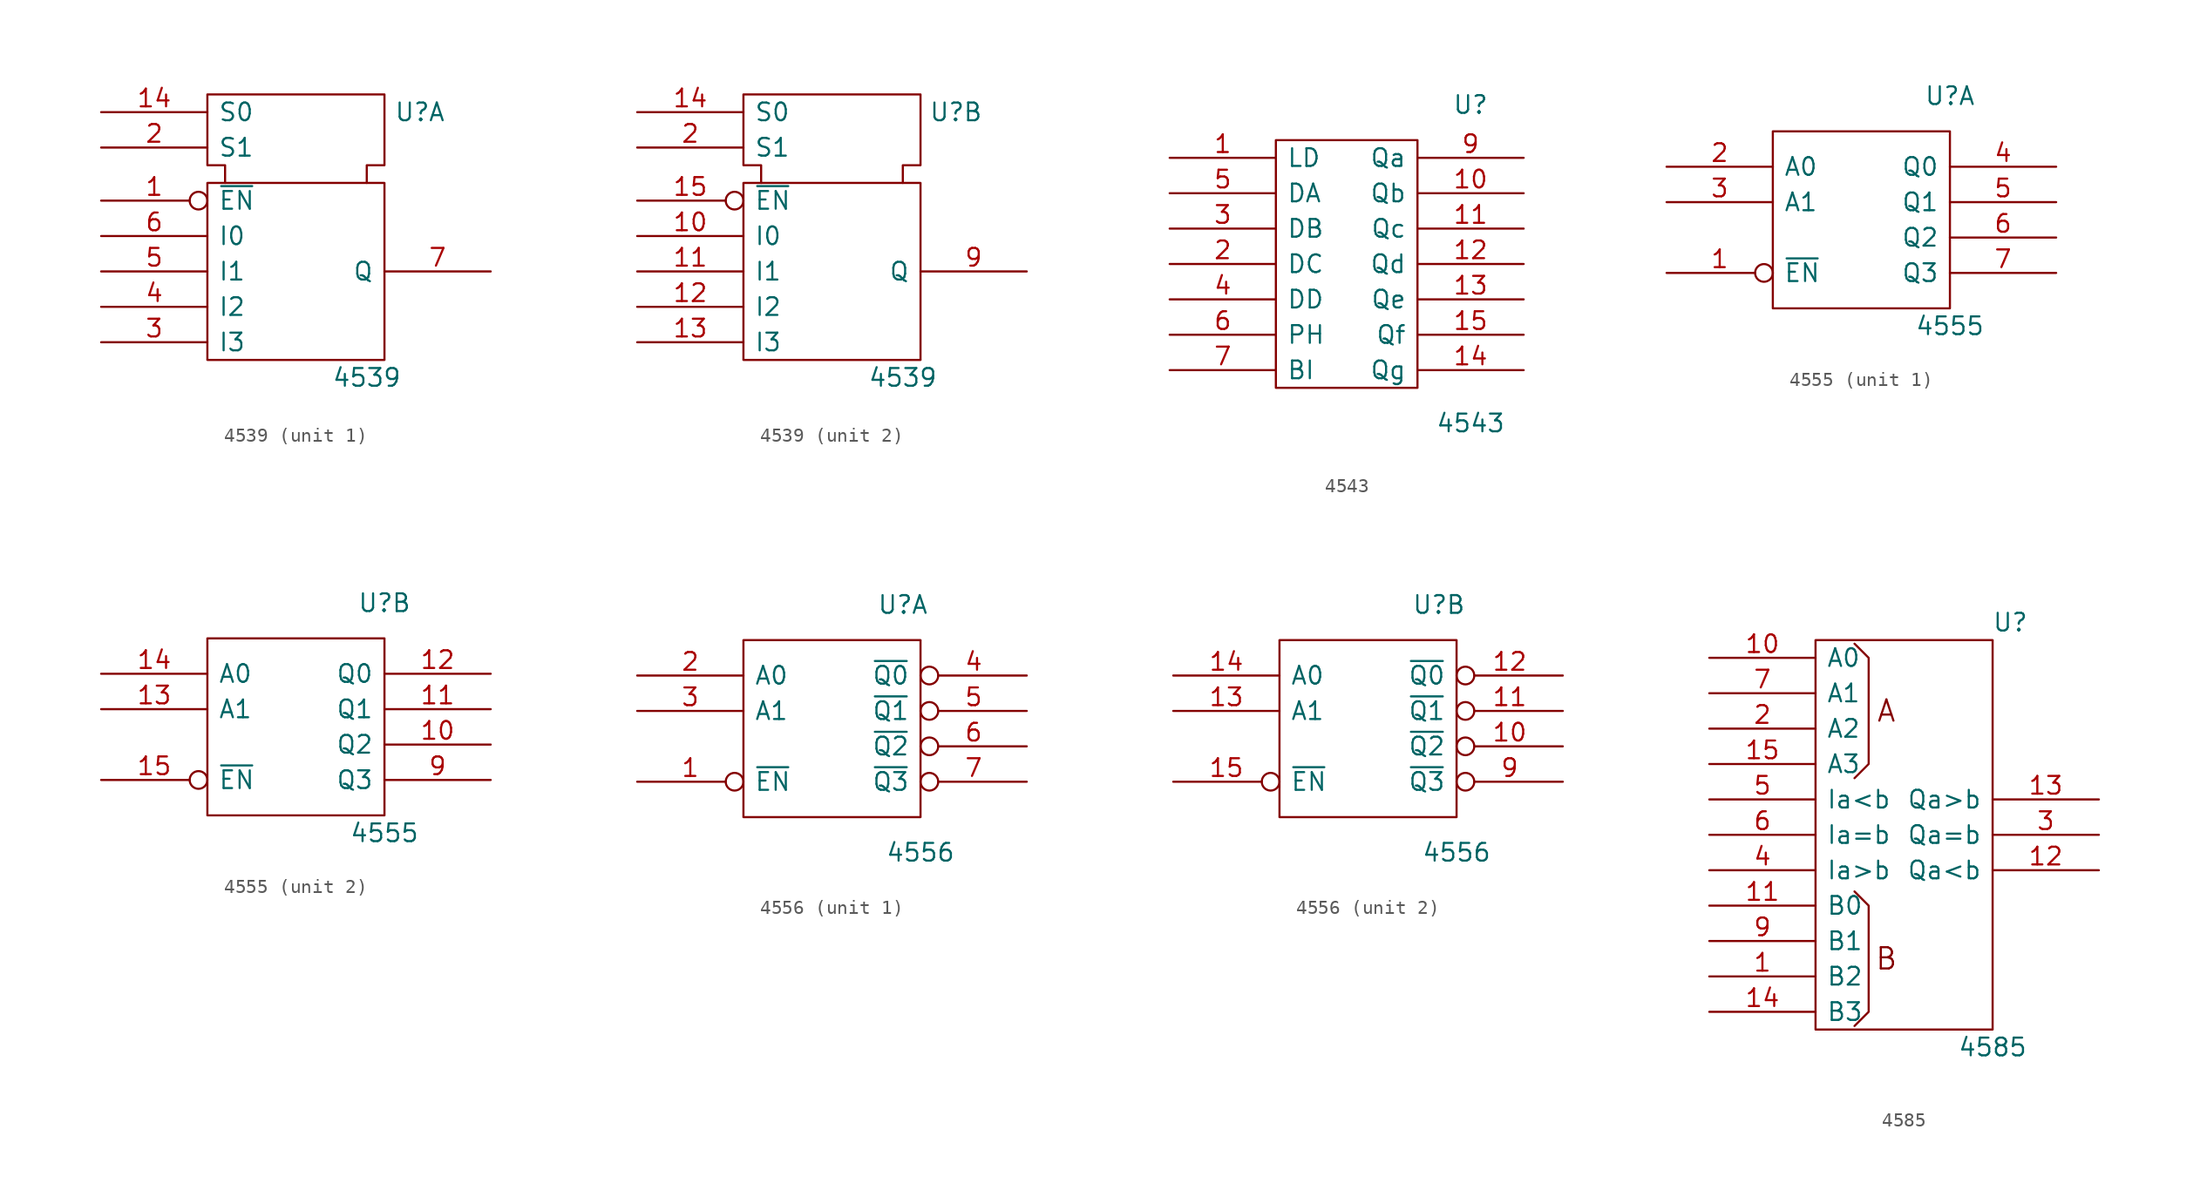
<source format=kicad_sym>
(kicad_symbol_lib
  (version 20201005)
  (generator kicad_symbol_editor)
  (symbol "4xxx_IEEE:4539"
    (pin_names
      (offset 0.762))
    (property "Reference" "U"
      (at 8.89 10.16 0)
      (effects (font (size 1.27 1.27))))
    (property "Value" "4539"
      (at 5.08 -8.89 0)
      (effects (font (size 1.27 1.27))))
    (symbol "4539_0_1"
      (rectangle (start -6.35 5.08) (end 6.35 -7.62) (stroke (width 0)) (fill (type none)))
      (polyline (pts (xy -5.08 5.08) (xy -5.08 6.35) (xy -6.35 6.35) (xy -6.35 11.43) (xy 6.35 11.43) (xy 6.35 6.35) (xy 5.08 6.35) (xy 5.08 5.08) (xy 5.08 5.08)) (stroke (width 0)) (fill (type none)))
      (pin input line (at -13.97 10.16 0) (length 7.62) (name "S0" (effects (font (size 1.27 1.27)))) (number "14" (effects (font (size 1.27 1.27)))))
      (pin power_in line (at 3.81 11.43 270) (length 0) hide (name "Vdd" (effects (font (size 1.27 1.27)))) (number "16" (effects (font (size 1.27 1.27)))))
      (pin input line (at -13.97 7.62 0) (length 7.62) (name "S1" (effects (font (size 1.27 1.27)))) (number "2" (effects (font (size 1.27 1.27)))))
      (pin power_in line (at 0 11.43 270) (length 0) hide (name "Vss" (effects (font (size 1.27 1.27)))) (number "8" (effects (font (size 1.27 1.27))))))
    (symbol "4539_1_1"
      (pin input inverted (at -13.97 3.81 0) (length 7.62) (name "~EN" (effects (font (size 1.27 1.27)))) (number "1" (effects (font (size 1.27 1.27)))))
      (pin input line (at -13.97 -6.35 0) (length 7.62) (name "I3" (effects (font (size 1.27 1.27)))) (number "3" (effects (font (size 1.27 1.27)))))
      (pin input line (at -13.97 -3.81 0) (length 7.62) (name "I2" (effects (font (size 1.27 1.27)))) (number "4" (effects (font (size 1.27 1.27)))))
      (pin input line (at -13.97 -1.27 0) (length 7.62) (name "I1" (effects (font (size 1.27 1.27)))) (number "5" (effects (font (size 1.27 1.27)))))
      (pin input line (at -13.97 1.27 0) (length 7.62) (name "I0" (effects (font (size 1.27 1.27)))) (number "6" (effects (font (size 1.27 1.27)))))
      (pin output line (at 13.97 -1.27 180) (length 7.62) (name "Q" (effects (font (size 1.27 1.27)))) (number "7" (effects (font (size 1.27 1.27))))))
    (symbol "4539_2_1"
      (pin input line (at -13.97 1.27 0) (length 7.62) (name "I0" (effects (font (size 1.27 1.27)))) (number "10" (effects (font (size 1.27 1.27)))))
      (pin input line (at -13.97 -1.27 0) (length 7.62) (name "I1" (effects (font (size 1.27 1.27)))) (number "11" (effects (font (size 1.27 1.27)))))
      (pin input line (at -13.97 -3.81 0) (length 7.62) (name "I2" (effects (font (size 1.27 1.27)))) (number "12" (effects (font (size 1.27 1.27)))))
      (pin input line (at -13.97 -6.35 0) (length 7.62) (name "I3" (effects (font (size 1.27 1.27)))) (number "13" (effects (font (size 1.27 1.27)))))
      (pin input inverted (at -13.97 3.81 0) (length 7.62) (name "~EN" (effects (font (size 1.27 1.27)))) (number "15" (effects (font (size 1.27 1.27)))))
      (pin output line (at 13.97 -1.27 180) (length 7.62) (name "Q" (effects (font (size 1.27 1.27)))) (number "9" (effects (font (size 1.27 1.27)))))))
  (symbol "4xxx_IEEE:4543"
    (pin_names
      (offset 0.762))
    (property "Reference" "U"
      (at 8.89 11.43 0)
      (effects (font (size 1.27 1.27))))
    (property "Value" "4543"
      (at 8.89 -11.43 0)
      (effects (font (size 1.27 1.27))))
    (symbol "4543_0_1"
      (rectangle (start -5.08 8.89) (end 5.08 -8.89) (stroke (width 0)) (fill (type none))))
    (symbol "4543_1_1"
      (pin input line (at -12.7 7.62 0) (length 7.62) (name "LD" (effects (font (size 1.27 1.27)))) (number "1" (effects (font (size 1.27 1.27)))))
      (pin output line (at 12.7 5.08 180) (length 7.62) (name "Qb" (effects (font (size 1.27 1.27)))) (number "10" (effects (font (size 1.27 1.27)))))
      (pin output line (at 12.7 2.54 180) (length 7.62) (name "Qc" (effects (font (size 1.27 1.27)))) (number "11" (effects (font (size 1.27 1.27)))))
      (pin output line (at 12.7 0 180) (length 7.62) (name "Qd" (effects (font (size 1.27 1.27)))) (number "12" (effects (font (size 1.27 1.27)))))
      (pin output line (at 12.7 -2.54 180) (length 7.62) (name "Qe" (effects (font (size 1.27 1.27)))) (number "13" (effects (font (size 1.27 1.27)))))
      (pin output line (at 12.7 -7.62 180) (length 7.62) (name "Qg" (effects (font (size 1.27 1.27)))) (number "14" (effects (font (size 1.27 1.27)))))
      (pin output line (at 12.7 -5.08 180) (length 7.62) (name "Qf" (effects (font (size 1.27 1.27)))) (number "15" (effects (font (size 1.27 1.27)))))
      (pin power_in line (at 0 8.89 270) (length 0) hide (name "Vdd" (effects (font (size 1.27 1.27)))) (number "16" (effects (font (size 1.27 1.27)))))
      (pin input line (at -12.7 0 0) (length 7.62) (name "DC" (effects (font (size 1.27 1.27)))) (number "2" (effects (font (size 1.27 1.27)))))
      (pin input line (at -12.7 2.54 0) (length 7.62) (name "DB" (effects (font (size 1.27 1.27)))) (number "3" (effects (font (size 1.27 1.27)))))
      (pin input line (at -12.7 -2.54 0) (length 7.62) (name "DD" (effects (font (size 1.27 1.27)))) (number "4" (effects (font (size 1.27 1.27)))))
      (pin input line (at -12.7 5.08 0) (length 7.62) (name "DA" (effects (font (size 1.27 1.27)))) (number "5" (effects (font (size 1.27 1.27)))))
      (pin input line (at -12.7 -5.08 0) (length 7.62) (name "PH" (effects (font (size 1.27 1.27)))) (number "6" (effects (font (size 1.27 1.27)))))
      (pin input line (at -12.7 -7.62 0) (length 7.62) (name "BI" (effects (font (size 1.27 1.27)))) (number "7" (effects (font (size 1.27 1.27)))))
      (pin power_in line (at 0 -8.89 90) (length 0) hide (name "Vss" (effects (font (size 1.27 1.27)))) (number "8" (effects (font (size 1.27 1.27)))))
      (pin output line (at 12.7 7.62 180) (length 7.62) (name "Qa" (effects (font (size 1.27 1.27)))) (number "9" (effects (font (size 1.27 1.27)))))))
  (symbol "4xxx_IEEE:4555"
    (pin_names
      (offset 0.762))
    (property "Reference" "U"
      (at 6.35 8.89 0)
      (effects (font (size 1.27 1.27))))
    (property "Value" "4555"
      (at 6.35 -7.62 0)
      (effects (font (size 1.27 1.27))))
    (symbol "4555_0_1"
      (rectangle (start -6.35 6.35) (end 6.35 -6.35) (stroke (width 0)) (fill (type none)))
      (pin power_in line (at 0 6.35 270) (length 0) hide (name "Vdd" (effects (font (size 1.27 1.27)))) (number "16" (effects (font (size 1.27 1.27)))))
      (pin power_in line (at 0 -6.35 90) (length 0) hide (name "Vss" (effects (font (size 1.27 1.27)))) (number "8" (effects (font (size 1.27 1.27))))))
    (symbol "4555_1_1"
      (pin input inverted (at -13.97 -3.81 0) (length 7.62) (name "~EN" (effects (font (size 1.27 1.27)))) (number "1" (effects (font (size 1.27 1.27)))))
      (pin input line (at -13.97 3.81 0) (length 7.62) (name "A0" (effects (font (size 1.27 1.27)))) (number "2" (effects (font (size 1.27 1.27)))))
      (pin input line (at -13.97 1.27 0) (length 7.62) (name "A1" (effects (font (size 1.27 1.27)))) (number "3" (effects (font (size 1.27 1.27)))))
      (pin output line (at 13.97 3.81 180) (length 7.62) (name "Q0" (effects (font (size 1.27 1.27)))) (number "4" (effects (font (size 1.27 1.27)))))
      (pin output line (at 13.97 1.27 180) (length 7.62) (name "Q1" (effects (font (size 1.27 1.27)))) (number "5" (effects (font (size 1.27 1.27)))))
      (pin output line (at 13.97 -1.27 180) (length 7.62) (name "Q2" (effects (font (size 1.27 1.27)))) (number "6" (effects (font (size 1.27 1.27)))))
      (pin output line (at 13.97 -3.81 180) (length 7.62) (name "Q3" (effects (font (size 1.27 1.27)))) (number "7" (effects (font (size 1.27 1.27))))))
    (symbol "4555_2_1"
      (pin output line (at 13.97 -1.27 180) (length 7.62) (name "Q2" (effects (font (size 1.27 1.27)))) (number "10" (effects (font (size 1.27 1.27)))))
      (pin output line (at 13.97 1.27 180) (length 7.62) (name "Q1" (effects (font (size 1.27 1.27)))) (number "11" (effects (font (size 1.27 1.27)))))
      (pin output line (at 13.97 3.81 180) (length 7.62) (name "Q0" (effects (font (size 1.27 1.27)))) (number "12" (effects (font (size 1.27 1.27)))))
      (pin input line (at -13.97 1.27 0) (length 7.62) (name "A1" (effects (font (size 1.27 1.27)))) (number "13" (effects (font (size 1.27 1.27)))))
      (pin input line (at -13.97 3.81 0) (length 7.62) (name "A0" (effects (font (size 1.27 1.27)))) (number "14" (effects (font (size 1.27 1.27)))))
      (pin input inverted (at -13.97 -3.81 0) (length 7.62) (name "~EN" (effects (font (size 1.27 1.27)))) (number "15" (effects (font (size 1.27 1.27)))))
      (pin output line (at 13.97 -3.81 180) (length 7.62) (name "Q3" (effects (font (size 1.27 1.27)))) (number "9" (effects (font (size 1.27 1.27)))))))
  (symbol "4xxx_IEEE:4556"
    (pin_names
      (offset 0.762))
    (property "Reference" "U"
      (at 5.08 8.89 0)
      (effects (font (size 1.27 1.27))))
    (property "Value" "4556"
      (at 6.35 -8.89 0)
      (effects (font (size 1.27 1.27))))
    (symbol "4556_0_1"
      (rectangle (start -6.35 6.35) (end 6.35 -6.35) (stroke (width 0)) (fill (type none)))
      (pin power_in line (at 0 6.35 270) (length 0) hide (name "Vdd" (effects (font (size 1.27 1.27)))) (number "16" (effects (font (size 1.27 1.27)))))
      (pin power_in line (at 0 -6.35 90) (length 0) hide (name "Vss" (effects (font (size 1.27 1.27)))) (number "8" (effects (font (size 1.27 1.27))))))
    (symbol "4556_1_1"
      (pin input inverted (at -13.97 -3.81 0) (length 7.62) (name "~EN" (effects (font (size 1.27 1.27)))) (number "1" (effects (font (size 1.27 1.27)))))
      (pin input line (at -13.97 3.81 0) (length 7.62) (name "A0" (effects (font (size 1.27 1.27)))) (number "2" (effects (font (size 1.27 1.27)))))
      (pin input line (at -13.97 1.27 0) (length 7.62) (name "A1" (effects (font (size 1.27 1.27)))) (number "3" (effects (font (size 1.27 1.27)))))
      (pin output inverted (at 13.97 3.81 180) (length 7.62) (name "~Q0" (effects (font (size 1.27 1.27)))) (number "4" (effects (font (size 1.27 1.27)))))
      (pin output inverted (at 13.97 1.27 180) (length 7.62) (name "~Q1" (effects (font (size 1.27 1.27)))) (number "5" (effects (font (size 1.27 1.27)))))
      (pin output inverted (at 13.97 -1.27 180) (length 7.62) (name "~Q2" (effects (font (size 1.27 1.27)))) (number "6" (effects (font (size 1.27 1.27)))))
      (pin output inverted (at 13.97 -3.81 180) (length 7.62) (name "~Q3" (effects (font (size 1.27 1.27)))) (number "7" (effects (font (size 1.27 1.27))))))
    (symbol "4556_2_1"
      (pin output inverted (at 13.97 -1.27 180) (length 7.62) (name "~Q2" (effects (font (size 1.27 1.27)))) (number "10" (effects (font (size 1.27 1.27)))))
      (pin output inverted (at 13.97 1.27 180) (length 7.62) (name "~Q1" (effects (font (size 1.27 1.27)))) (number "11" (effects (font (size 1.27 1.27)))))
      (pin output inverted (at 13.97 3.81 180) (length 7.62) (name "~Q0" (effects (font (size 1.27 1.27)))) (number "12" (effects (font (size 1.27 1.27)))))
      (pin input line (at -13.97 1.27 0) (length 7.62) (name "A1" (effects (font (size 1.27 1.27)))) (number "13" (effects (font (size 1.27 1.27)))))
      (pin input line (at -13.97 3.81 0) (length 7.62) (name "A0" (effects (font (size 1.27 1.27)))) (number "14" (effects (font (size 1.27 1.27)))))
      (pin input inverted (at -13.97 -3.81 0) (length 7.62) (name "~EN" (effects (font (size 1.27 1.27)))) (number "15" (effects (font (size 1.27 1.27)))))
      (pin output inverted (at 13.97 -3.81 180) (length 7.62) (name "~Q3" (effects (font (size 1.27 1.27)))) (number "9" (effects (font (size 1.27 1.27)))))))
  (symbol "4xxx_IEEE:4585"
    (pin_names
      (offset 0.762))
    (property "Reference" "U"
      (at 7.62 15.24 0)
      (effects (font (size 1.27 1.27))))
    (property "Value" "4585"
      (at 6.35 -15.24 0)
      (effects (font (size 1.27 1.27))))
    (symbol "4585_0_0"
      (text "A" (at -1.27 8.89 0) (effects (font (size 1.524 1.524))))
      (text "B" (at -1.27 -8.89 0) (effects (font (size 1.524 1.524))))
      (rectangle (start -6.35 13.97) (end 6.35 -13.97) (stroke (width 0)) (fill (type none)))
      (polyline (pts (xy -3.556 -4.064) (xy -2.54 -5.08) (xy -2.54 -12.7) (xy -3.556 -13.716) (xy -3.556 -13.716)) (stroke (width 0)) (fill (type none))))
    (symbol "4585_0_1"
      (polyline (pts (xy -3.556 4.064) (xy -2.54 5.08) (xy -2.54 12.7) (xy -3.556 13.716) (xy -3.556 13.716)) (stroke (width 0)) (fill (type none)))
      (pin power_in line (at 0 13.97 270) (length 0) hide (name "Vdd" (effects (font (size 1.27 1.27)))) (number "16" (effects (font (size 1.27 1.27)))))
      (pin power_in line (at 0 -13.97 90) (length 0) hide (name "Vss" (effects (font (size 1.27 1.27)))) (number "8" (effects (font (size 1.27 1.27))))))
    (symbol "4585_1_1"
      (pin input line (at -13.97 -10.16 0) (length 7.62) (name "B2" (effects (font (size 1.27 1.27)))) (number "1" (effects (font (size 1.27 1.27)))))
      (pin input line (at -13.97 12.7 0) (length 7.62) (name "A0" (effects (font (size 1.27 1.27)))) (number "10" (effects (font (size 1.27 1.27)))))
      (pin input line (at -13.97 -5.08 0) (length 7.62) (name "B0" (effects (font (size 1.27 1.27)))) (number "11" (effects (font (size 1.27 1.27)))))
      (pin output line (at 13.97 -2.54 180) (length 7.62) (name "Qa<b" (effects (font (size 1.27 1.27)))) (number "12" (effects (font (size 1.27 1.27)))))
      (pin output line (at 13.97 2.54 180) (length 7.62) (name "Qa>b" (effects (font (size 1.27 1.27)))) (number "13" (effects (font (size 1.27 1.27)))))
      (pin input line (at -13.97 -12.7 0) (length 7.62) (name "B3" (effects (font (size 1.27 1.27)))) (number "14" (effects (font (size 1.27 1.27)))))
      (pin input line (at -13.97 5.08 0) (length 7.62) (name "A3" (effects (font (size 1.27 1.27)))) (number "15" (effects (font (size 1.27 1.27)))))
      (pin input line (at -13.97 7.62 0) (length 7.62) (name "A2" (effects (font (size 1.27 1.27)))) (number "2" (effects (font (size 1.27 1.27)))))
      (pin output line (at 13.97 0 180) (length 7.62) (name "Qa=b" (effects (font (size 1.27 1.27)))) (number "3" (effects (font (size 1.27 1.27)))))
      (pin input line (at -13.97 -2.54 0) (length 7.62) (name "Ia>b" (effects (font (size 1.27 1.27)))) (number "4" (effects (font (size 1.27 1.27)))))
      (pin input line (at -13.97 2.54 0) (length 7.62) (name "Ia<b" (effects (font (size 1.27 1.27)))) (number "5" (effects (font (size 1.27 1.27)))))
      (pin input line (at -13.97 0 0) (length 7.62) (name "Ia=b" (effects (font (size 1.27 1.27)))) (number "6" (effects (font (size 1.27 1.27)))))
      (pin input line (at -13.97 10.16 0) (length 7.62) (name "A1" (effects (font (size 1.27 1.27)))) (number "7" (effects (font (size 1.27 1.27)))))
      (pin input line (at -13.97 -7.62 0) (length 7.62) (name "B1" (effects (font (size 1.27 1.27)))) (number "9" (effects (font (size 1.27 1.27))))))))
</source>
